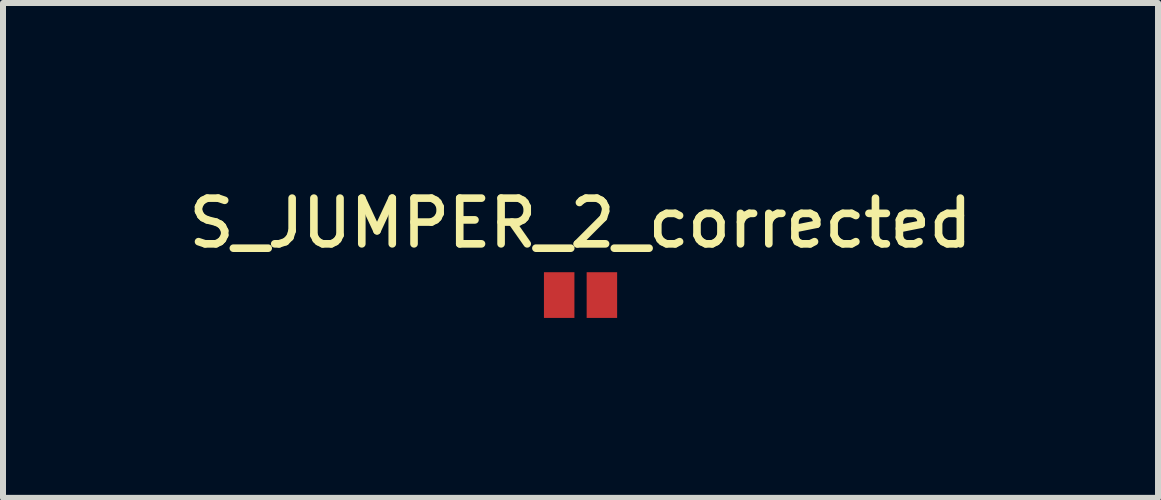
<source format=kicad_pcb>
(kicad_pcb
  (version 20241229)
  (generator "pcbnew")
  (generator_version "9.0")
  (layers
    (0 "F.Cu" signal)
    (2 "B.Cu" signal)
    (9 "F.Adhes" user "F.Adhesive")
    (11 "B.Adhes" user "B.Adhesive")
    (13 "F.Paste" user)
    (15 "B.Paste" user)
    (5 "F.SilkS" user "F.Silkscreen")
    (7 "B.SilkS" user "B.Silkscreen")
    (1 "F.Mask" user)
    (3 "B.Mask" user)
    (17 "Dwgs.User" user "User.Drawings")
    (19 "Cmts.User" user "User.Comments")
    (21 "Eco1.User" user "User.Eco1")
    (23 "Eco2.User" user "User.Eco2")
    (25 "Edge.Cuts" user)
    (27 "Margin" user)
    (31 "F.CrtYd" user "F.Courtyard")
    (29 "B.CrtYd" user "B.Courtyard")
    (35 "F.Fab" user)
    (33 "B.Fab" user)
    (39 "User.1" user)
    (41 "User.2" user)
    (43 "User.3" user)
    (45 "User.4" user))
  (footprint "S_JUMPER_2_corrected"
    (layer "F.Cu")
    (at 6.628 1.869)
    (property "Reference" "S_JUMPER_2_corrected" (at 0 -1.2 0) (layer "F.SilkS") (effects (font (size 0.762 0.762) (thickness 0.127))))
    (attr through_hole)
    (pad "1" smd rect (at -0.356 0) (size 0.508 0.762) (layers "F.Cu" "F.Mask" "F.Paste"))
    (pad "2" smd rect (at 0.356 0) (size 0.508 0.762) (layers "F.Cu" "F.Mask" "F.Paste")))
  (gr_rect
    (start -3 -3)
    (end 16.255 5.25)
    (stroke (width 0.1) (type default))
    (fill no)
    (layer "Edge.Cuts")))
</source>
